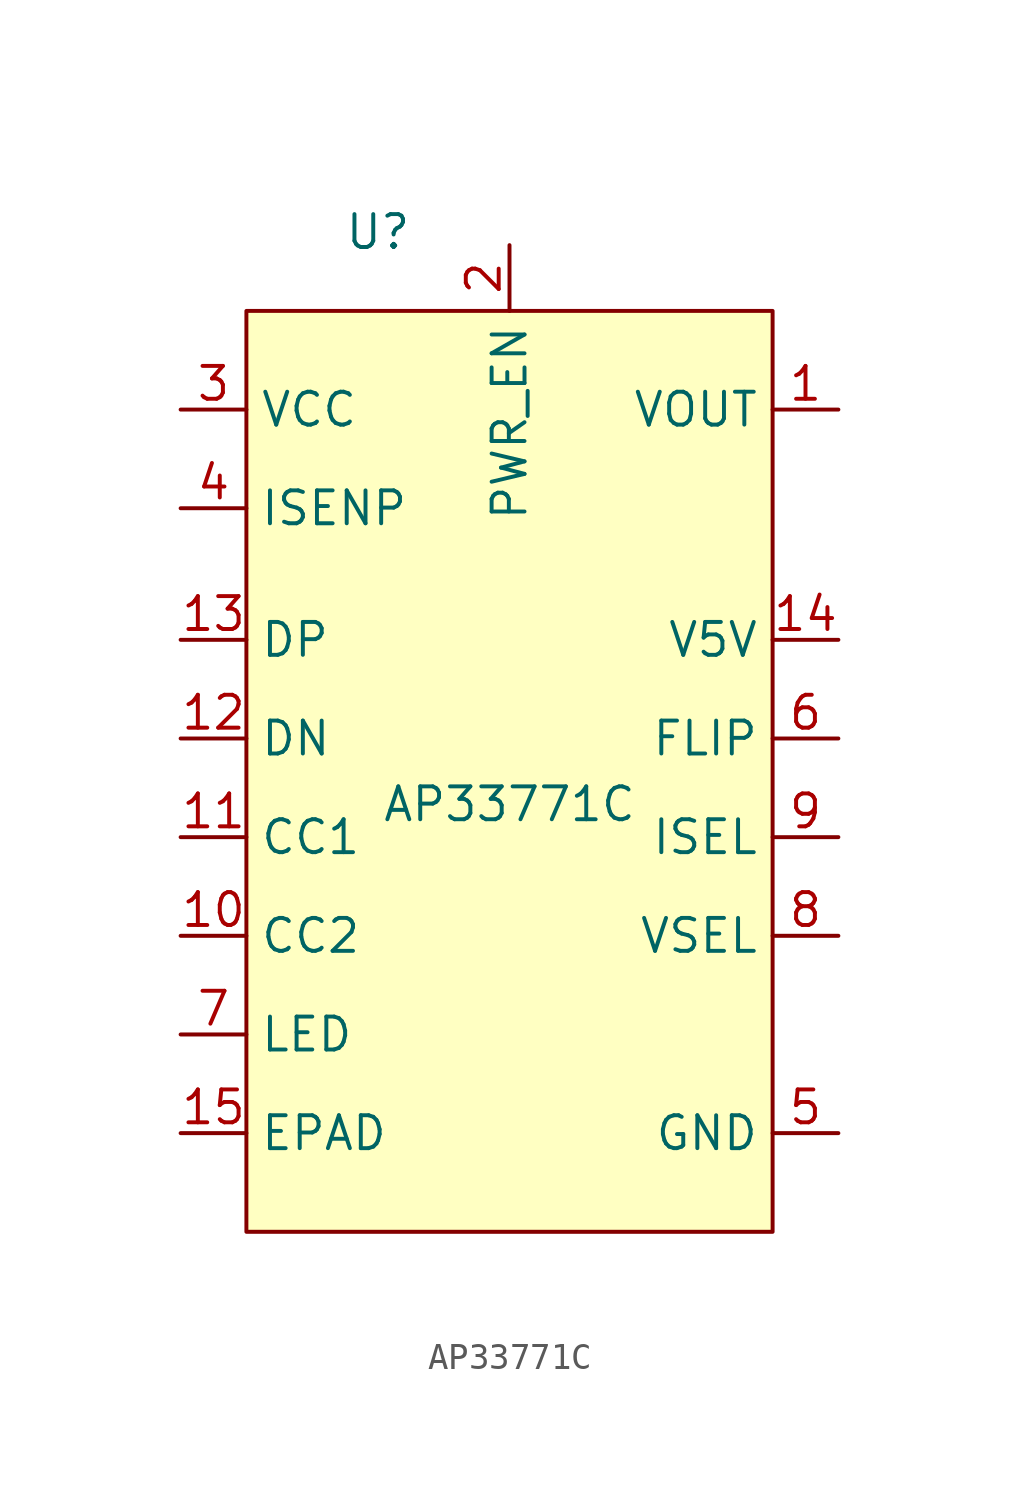
<source format=kicad_sym>
(kicad_symbol_lib
  (version 20241209)
  (generator "kicad_symbol_editor")
  (generator_version "9.0")
  (symbol "AP33771C"
    (property "Reference" "U"
      (at -5.08 22.098 0)
      (effects (font (size 1.27 1.27))))
    (property "Value" "AP33771C"
      (at 0 0 0)
      (effects (font (size 1.27 1.27))))
    (symbol "AP33771C_1_1"
      (rectangle (start -10.16 19.05) (end 10.16 -16.51) (stroke (width 0) (type default)) (fill (type background)))
      (pin power_in line (at -12.7 15.24 0) (length 2.54) (name "VCC" (effects (font (size 1.27 1.27)))) (number "3" (effects (font (size 1.27 1.27)))))
      (pin input line (at -12.7 11.43 0) (length 2.54) (name "ISENP" (effects (font (size 1.27 1.27)))) (number "4" (effects (font (size 1.27 1.27)))))
      (pin passive line (at -12.7 6.35 0) (length 2.54) (name "DP" (effects (font (size 1.27 1.27)))) (number "13" (effects (font (size 1.27 1.27)))))
      (pin passive line (at -12.7 2.54 0) (length 2.54) (name "DN" (effects (font (size 1.27 1.27)))) (number "12" (effects (font (size 1.27 1.27)))))
      (pin passive line (at -12.7 -1.27 0) (length 2.54) (name "CC1" (effects (font (size 1.27 1.27)))) (number "11" (effects (font (size 1.27 1.27)))))
      (pin passive line (at -12.7 -5.08 0) (length 2.54) (name "CC2" (effects (font (size 1.27 1.27)))) (number "10" (effects (font (size 1.27 1.27)))))
      (pin output line (at -12.7 -8.89 0) (length 2.54) (name "LED" (effects (font (size 1.27 1.27)))) (number "7" (effects (font (size 1.27 1.27)))))
      (pin passive line (at -12.7 -12.7 0) (length 2.54) (name "EPAD" (effects (font (size 1.27 1.27)))) (number "15" (effects (font (size 1.27 1.27)))))
      (pin output line (at 0 21.59 270) (length 2.54) (name "PWR_EN" (effects (font (size 1.27 1.27)))) (number "2" (effects (font (size 1.27 1.27)))))
      (pin power_out line (at 12.7 15.24 180) (length 2.54) (name "VOUT" (effects (font (size 1.27 1.27)))) (number "1" (effects (font (size 1.27 1.27)))))
      (pin output line (at 12.7 6.35 180) (length 2.54) (name "V5V" (effects (font (size 1.27 1.27)))) (number "14" (effects (font (size 1.27 1.27)))))
      (pin passive line (at 12.7 2.54 180) (length 2.54) (name "FLIP" (effects (font (size 1.27 1.27)))) (number "6" (effects (font (size 1.27 1.27)))))
      (pin passive line (at 12.7 -1.27 180) (length 2.54) (name "ISEL" (effects (font (size 1.27 1.27)))) (number "9" (effects (font (size 1.27 1.27)))))
      (pin passive line (at 12.7 -5.08 180) (length 2.54) (name "VSEL" (effects (font (size 1.27 1.27)))) (number "8" (effects (font (size 1.27 1.27)))))
      (pin power_in line (at 12.7 -12.7 180) (length 2.54) (name "GND" (effects (font (size 1.27 1.27)))) (number "5" (effects (font (size 1.27 1.27))))))))
</source>
